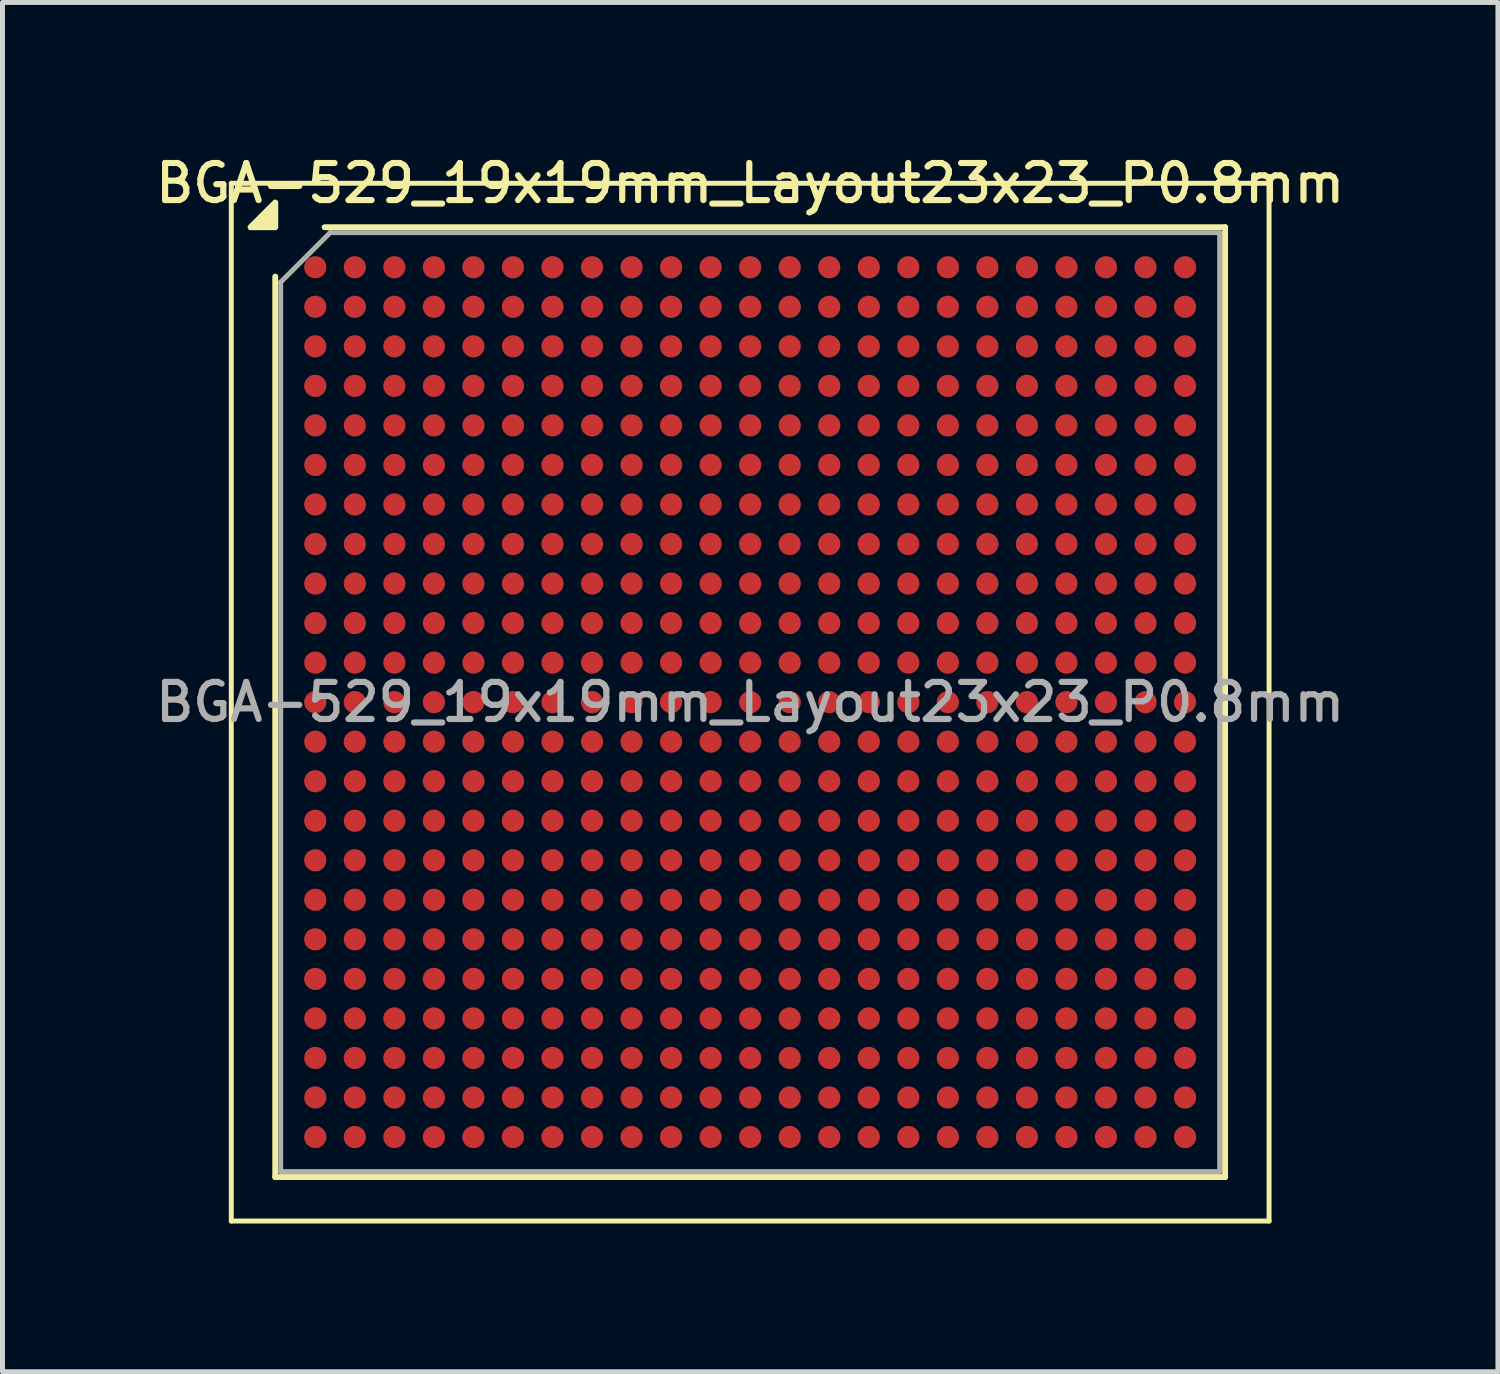
<source format=kicad_pcb>
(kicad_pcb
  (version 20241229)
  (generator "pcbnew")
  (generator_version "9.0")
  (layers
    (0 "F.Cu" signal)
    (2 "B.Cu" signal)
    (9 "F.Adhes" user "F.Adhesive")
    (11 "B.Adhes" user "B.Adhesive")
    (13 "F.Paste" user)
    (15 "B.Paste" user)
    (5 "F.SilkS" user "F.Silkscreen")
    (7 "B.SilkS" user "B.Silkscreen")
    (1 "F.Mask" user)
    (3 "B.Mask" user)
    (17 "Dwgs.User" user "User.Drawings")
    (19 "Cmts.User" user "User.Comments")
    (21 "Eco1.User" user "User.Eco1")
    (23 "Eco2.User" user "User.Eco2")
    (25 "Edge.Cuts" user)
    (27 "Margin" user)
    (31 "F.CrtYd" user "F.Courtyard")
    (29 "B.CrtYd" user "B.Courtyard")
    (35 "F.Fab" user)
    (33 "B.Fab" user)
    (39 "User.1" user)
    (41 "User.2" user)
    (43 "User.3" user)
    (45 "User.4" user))
  (footprint "BGA-529_19x19mm_Layout23x23_P0.8mm"
    (layer "F.Cu")
    (at 12.13 11.158)
    (property "Reference" "BGA-529_19x19mm_Layout23x23_P0.8mm" (at 0 -10.5 0) (layer "F.SilkS") (effects (font (size 0.75 0.75) (thickness 0.125))))
    (attr smd)
    (fp_line (start -10.5 -10.5) (end -10.5 10.5) (stroke (width 0.1) (type solid)) (layer "F.SilkS"))
    (fp_line (start -10.5 10.5) (end 10.5 10.5) (stroke (width 0.1) (type solid)) (layer "F.SilkS"))
    (fp_line (start -9.61 9.61) (end -9.61 -8.61) (stroke (width 0.12) (type solid)) (layer "F.SilkS"))
    (fp_line (start -8.61 -9.61) (end 9.61 -9.61) (stroke (width 0.12) (type solid)) (layer "F.SilkS"))
    (fp_line (start 9.61 -9.61) (end 9.61 9.61) (stroke (width 0.12) (type solid)) (layer "F.SilkS"))
    (fp_line (start 9.61 9.61) (end -9.61 9.61) (stroke (width 0.12) (type solid)) (layer "F.SilkS"))
    (fp_line (start 10.5 -10.5) (end -10.5 -10.5) (stroke (width 0.1) (type solid)) (layer "F.SilkS"))
    (fp_line (start 10.5 10.5) (end 10.5 -10.5) (stroke (width 0.1) (type solid)) (layer "F.SilkS"))
    (fp_poly (pts (xy -9.61 -9.61) (xy -10.11 -9.61) (xy -9.61 -10.11) (xy -9.61 -9.61)) (stroke (width 0.12) (type solid)) (fill yes) (layer "F.SilkS"))
    (fp_line (start -9.5 -8.5) (end -8.5 -9.5) (stroke (width 0.1) (type solid)) (layer "F.Fab"))
    (fp_line (start -9.5 9.5) (end -9.5 -8.5) (stroke (width 0.1) (type solid)) (layer "F.Fab"))
    (fp_line (start -8.5 -9.5) (end 9.5 -9.5) (stroke (width 0.1) (type solid)) (layer "F.Fab"))
    (fp_line (start 9.5 -9.5) (end 9.5 9.5) (stroke (width 0.1) (type solid)) (layer "F.Fab"))
    (fp_line (start 9.5 9.5) (end -9.5 9.5) (stroke (width 0.1) (type solid)) (layer "F.Fab"))
    (fp_text user "${REFERENCE}" (at 0 0 0) (layer "F.Fab") (effects (font (size 0.75 0.75) (thickness 0.125))))
    (pad "A1" smd circle (at -8.8 -8.8) (size 0.45 0.45) (property pad_prop_bga) (layers "F.Cu" "F.Mask" "F.Paste"))
    (pad "A2" smd circle (at -8 -8.8) (size 0.45 0.45) (property pad_prop_bga) (layers "F.Cu" "F.Mask" "F.Paste"))
    (pad "A3" smd circle (at -7.2 -8.8) (size 0.45 0.45) (property pad_prop_bga) (layers "F.Cu" "F.Mask" "F.Paste"))
    (pad "A4" smd circle (at -6.4 -8.8) (size 0.45 0.45) (property pad_prop_bga) (layers "F.Cu" "F.Mask" "F.Paste"))
    (pad "A5" smd circle (at -5.6 -8.8) (size 0.45 0.45) (property pad_prop_bga) (layers "F.Cu" "F.Mask" "F.Paste"))
    (pad "A6" smd circle (at -4.8 -8.8) (size 0.45 0.45) (property pad_prop_bga) (layers "F.Cu" "F.Mask" "F.Paste"))
    (pad "A7" smd circle (at -4 -8.8) (size 0.45 0.45) (property pad_prop_bga) (layers "F.Cu" "F.Mask" "F.Paste"))
    (pad "A8" smd circle (at -3.2 -8.8) (size 0.45 0.45) (property pad_prop_bga) (layers "F.Cu" "F.Mask" "F.Paste"))
    (pad "A9" smd circle (at -2.4 -8.8) (size 0.45 0.45) (property pad_prop_bga) (layers "F.Cu" "F.Mask" "F.Paste"))
    (pad "A10" smd circle (at -1.6 -8.8) (size 0.45 0.45) (property pad_prop_bga) (layers "F.Cu" "F.Mask" "F.Paste"))
    (pad "A11" smd circle (at -0.8 -8.8) (size 0.45 0.45) (property pad_prop_bga) (layers "F.Cu" "F.Mask" "F.Paste"))
    (pad "A12" smd circle (at 0 -8.8) (size 0.45 0.45) (property pad_prop_bga) (layers "F.Cu" "F.Mask" "F.Paste"))
    (pad "A13" smd circle (at 0.8 -8.8) (size 0.45 0.45) (property pad_prop_bga) (layers "F.Cu" "F.Mask" "F.Paste"))
    (pad "A14" smd circle (at 1.6 -8.8) (size 0.45 0.45) (property pad_prop_bga) (layers "F.Cu" "F.Mask" "F.Paste"))
    (pad "A15" smd circle (at 2.4 -8.8) (size 0.45 0.45) (property pad_prop_bga) (layers "F.Cu" "F.Mask" "F.Paste"))
    (pad "A16" smd circle (at 3.2 -8.8) (size 0.45 0.45) (property pad_prop_bga) (layers "F.Cu" "F.Mask" "F.Paste"))
    (pad "A17" smd circle (at 4 -8.8) (size 0.45 0.45) (property pad_prop_bga) (layers "F.Cu" "F.Mask" "F.Paste"))
    (pad "A18" smd circle (at 4.8 -8.8) (size 0.45 0.45) (property pad_prop_bga) (layers "F.Cu" "F.Mask" "F.Paste"))
    (pad "A19" smd circle (at 5.6 -8.8) (size 0.45 0.45) (property pad_prop_bga) (layers "F.Cu" "F.Mask" "F.Paste"))
    (pad "A20" smd circle (at 6.4 -8.8) (size 0.45 0.45) (property pad_prop_bga) (layers "F.Cu" "F.Mask" "F.Paste"))
    (pad "A21" smd circle (at 7.2 -8.8) (size 0.45 0.45) (property pad_prop_bga) (layers "F.Cu" "F.Mask" "F.Paste"))
    (pad "A22" smd circle (at 8 -8.8) (size 0.45 0.45) (property pad_prop_bga) (layers "F.Cu" "F.Mask" "F.Paste"))
    (pad "A23" smd circle (at 8.8 -8.8) (size 0.45 0.45) (property pad_prop_bga) (layers "F.Cu" "F.Mask" "F.Paste"))
    (pad "AA1" smd circle (at -8.8 7.2) (size 0.45 0.45) (property pad_prop_bga) (layers "F.Cu" "F.Mask" "F.Paste"))
    (pad "AA2" smd circle (at -8 7.2) (size 0.45 0.45) (property pad_prop_bga) (layers "F.Cu" "F.Mask" "F.Paste"))
    (pad "AA3" smd circle (at -7.2 7.2) (size 0.45 0.45) (property pad_prop_bga) (layers "F.Cu" "F.Mask" "F.Paste"))
    (pad "AA4" smd circle (at -6.4 7.2) (size 0.45 0.45) (property pad_prop_bga) (layers "F.Cu" "F.Mask" "F.Paste"))
    (pad "AA5" smd circle (at -5.6 7.2) (size 0.45 0.45) (property pad_prop_bga) (layers "F.Cu" "F.Mask" "F.Paste"))
    (pad "AA6" smd circle (at -4.8 7.2) (size 0.45 0.45) (property pad_prop_bga) (layers "F.Cu" "F.Mask" "F.Paste"))
    (pad "AA7" smd circle (at -4 7.2) (size 0.45 0.45) (property pad_prop_bga) (layers "F.Cu" "F.Mask" "F.Paste"))
    (pad "AA8" smd circle (at -3.2 7.2) (size 0.45 0.45) (property pad_prop_bga) (layers "F.Cu" "F.Mask" "F.Paste"))
    (pad "AA9" smd circle (at -2.4 7.2) (size 0.45 0.45) (property pad_prop_bga) (layers "F.Cu" "F.Mask" "F.Paste"))
    (pad "AA10" smd circle (at -1.6 7.2) (size 0.45 0.45) (property pad_prop_bga) (layers "F.Cu" "F.Mask" "F.Paste"))
    (pad "AA11" smd circle (at -0.8 7.2) (size 0.45 0.45) (property pad_prop_bga) (layers "F.Cu" "F.Mask" "F.Paste"))
    (pad "AA12" smd circle (at 0 7.2) (size 0.45 0.45) (property pad_prop_bga) (layers "F.Cu" "F.Mask" "F.Paste"))
    (pad "AA13" smd circle (at 0.8 7.2) (size 0.45 0.45) (property pad_prop_bga) (layers "F.Cu" "F.Mask" "F.Paste"))
    (pad "AA14" smd circle (at 1.6 7.2) (size 0.45 0.45) (property pad_prop_bga) (layers "F.Cu" "F.Mask" "F.Paste"))
    (pad "AA15" smd circle (at 2.4 7.2) (size 0.45 0.45) (property pad_prop_bga) (layers "F.Cu" "F.Mask" "F.Paste"))
    (pad "AA16" smd circle (at 3.2 7.2) (size 0.45 0.45) (property pad_prop_bga) (layers "F.Cu" "F.Mask" "F.Paste"))
    (pad "AA17" smd circle (at 4 7.2) (size 0.45 0.45) (property pad_prop_bga) (layers "F.Cu" "F.Mask" "F.Paste"))
    (pad "AA18" smd circle (at 4.8 7.2) (size 0.45 0.45) (property pad_prop_bga) (layers "F.Cu" "F.Mask" "F.Paste"))
    (pad "AA19" smd circle (at 5.6 7.2) (size 0.45 0.45) (property pad_prop_bga) (layers "F.Cu" "F.Mask" "F.Paste"))
    (pad "AA20" smd circle (at 6.4 7.2) (size 0.45 0.45) (property pad_prop_bga) (layers "F.Cu" "F.Mask" "F.Paste"))
    (pad "AA21" smd circle (at 7.2 7.2) (size 0.45 0.45) (property pad_prop_bga) (layers "F.Cu" "F.Mask" "F.Paste"))
    (pad "AA22" smd circle (at 8 7.2) (size 0.45 0.45) (property pad_prop_bga) (layers "F.Cu" "F.Mask" "F.Paste"))
    (pad "AA23" smd circle (at 8.8 7.2) (size 0.45 0.45) (property pad_prop_bga) (layers "F.Cu" "F.Mask" "F.Paste"))
    (pad "AB1" smd circle (at -8.8 8) (size 0.45 0.45) (property pad_prop_bga) (layers "F.Cu" "F.Mask" "F.Paste"))
    (pad "AB2" smd circle (at -8 8) (size 0.45 0.45) (property pad_prop_bga) (layers "F.Cu" "F.Mask" "F.Paste"))
    (pad "AB3" smd circle (at -7.2 8) (size 0.45 0.45) (property pad_prop_bga) (layers "F.Cu" "F.Mask" "F.Paste"))
    (pad "AB4" smd circle (at -6.4 8) (size 0.45 0.45) (property pad_prop_bga) (layers "F.Cu" "F.Mask" "F.Paste"))
    (pad "AB5" smd circle (at -5.6 8) (size 0.45 0.45) (property pad_prop_bga) (layers "F.Cu" "F.Mask" "F.Paste"))
    (pad "AB6" smd circle (at -4.8 8) (size 0.45 0.45) (property pad_prop_bga) (layers "F.Cu" "F.Mask" "F.Paste"))
    (pad "AB7" smd circle (at -4 8) (size 0.45 0.45) (property pad_prop_bga) (layers "F.Cu" "F.Mask" "F.Paste"))
    (pad "AB8" smd circle (at -3.2 8) (size 0.45 0.45) (property pad_prop_bga) (layers "F.Cu" "F.Mask" "F.Paste"))
    (pad "AB9" smd circle (at -2.4 8) (size 0.45 0.45) (property pad_prop_bga) (layers "F.Cu" "F.Mask" "F.Paste"))
    (pad "AB10" smd circle (at -1.6 8) (size 0.45 0.45) (property pad_prop_bga) (layers "F.Cu" "F.Mask" "F.Paste"))
    (pad "AB11" smd circle (at -0.8 8) (size 0.45 0.45) (property pad_prop_bga) (layers "F.Cu" "F.Mask" "F.Paste"))
    (pad "AB12" smd circle (at 0 8) (size 0.45 0.45) (property pad_prop_bga) (layers "F.Cu" "F.Mask" "F.Paste"))
    (pad "AB13" smd circle (at 0.8 8) (size 0.45 0.45) (property pad_prop_bga) (layers "F.Cu" "F.Mask" "F.Paste"))
    (pad "AB14" smd circle (at 1.6 8) (size 0.45 0.45) (property pad_prop_bga) (layers "F.Cu" "F.Mask" "F.Paste"))
    (pad "AB15" smd circle (at 2.4 8) (size 0.45 0.45) (property pad_prop_bga) (layers "F.Cu" "F.Mask" "F.Paste"))
    (pad "AB16" smd circle (at 3.2 8) (size 0.45 0.45) (property pad_prop_bga) (layers "F.Cu" "F.Mask" "F.Paste"))
    (pad "AB17" smd circle (at 4 8) (size 0.45 0.45) (property pad_prop_bga) (layers "F.Cu" "F.Mask" "F.Paste"))
    (pad "AB18" smd circle (at 4.8 8) (size 0.45 0.45) (property pad_prop_bga) (layers "F.Cu" "F.Mask" "F.Paste"))
    (pad "AB19" smd circle (at 5.6 8) (size 0.45 0.45) (property pad_prop_bga) (layers "F.Cu" "F.Mask" "F.Paste"))
    (pad "AB20" smd circle (at 6.4 8) (size 0.45 0.45) (property pad_prop_bga) (layers "F.Cu" "F.Mask" "F.Paste"))
    (pad "AB21" smd circle (at 7.2 8) (size 0.45 0.45) (property pad_prop_bga) (layers "F.Cu" "F.Mask" "F.Paste"))
    (pad "AB22" smd circle (at 8 8) (size 0.45 0.45) (property pad_prop_bga) (layers "F.Cu" "F.Mask" "F.Paste"))
    (pad "AB23" smd circle (at 8.8 8) (size 0.45 0.45) (property pad_prop_bga) (layers "F.Cu" "F.Mask" "F.Paste"))
    (pad "AC1" smd circle (at -8.8 8.8) (size 0.45 0.45) (property pad_prop_bga) (layers "F.Cu" "F.Mask" "F.Paste"))
    (pad "AC2" smd circle (at -8 8.8) (size 0.45 0.45) (property pad_prop_bga) (layers "F.Cu" "F.Mask" "F.Paste"))
    (pad "AC3" smd circle (at -7.2 8.8) (size 0.45 0.45) (property pad_prop_bga) (layers "F.Cu" "F.Mask" "F.Paste"))
    (pad "AC4" smd circle (at -6.4 8.8) (size 0.45 0.45) (property pad_prop_bga) (layers "F.Cu" "F.Mask" "F.Paste"))
    (pad "AC5" smd circle (at -5.6 8.8) (size 0.45 0.45) (property pad_prop_bga) (layers "F.Cu" "F.Mask" "F.Paste"))
    (pad "AC6" smd circle (at -4.8 8.8) (size 0.45 0.45) (property pad_prop_bga) (layers "F.Cu" "F.Mask" "F.Paste"))
    (pad "AC7" smd circle (at -4 8.8) (size 0.45 0.45) (property pad_prop_bga) (layers "F.Cu" "F.Mask" "F.Paste"))
    (pad "AC8" smd circle (at -3.2 8.8) (size 0.45 0.45) (property pad_prop_bga) (layers "F.Cu" "F.Mask" "F.Paste"))
    (pad "AC9" smd circle (at -2.4 8.8) (size 0.45 0.45) (property pad_prop_bga) (layers "F.Cu" "F.Mask" "F.Paste"))
    (pad "AC10" smd circle (at -1.6 8.8) (size 0.45 0.45) (property pad_prop_bga) (layers "F.Cu" "F.Mask" "F.Paste"))
    (pad "AC11" smd circle (at -0.8 8.8) (size 0.45 0.45) (property pad_prop_bga) (layers "F.Cu" "F.Mask" "F.Paste"))
    (pad "AC12" smd circle (at 0 8.8) (size 0.45 0.45) (property pad_prop_bga) (layers "F.Cu" "F.Mask" "F.Paste"))
    (pad "AC13" smd circle (at 0.8 8.8) (size 0.45 0.45) (property pad_prop_bga) (layers "F.Cu" "F.Mask" "F.Paste"))
    (pad "AC14" smd circle (at 1.6 8.8) (size 0.45 0.45) (property pad_prop_bga) (layers "F.Cu" "F.Mask" "F.Paste"))
    (pad "AC15" smd circle (at 2.4 8.8) (size 0.45 0.45) (property pad_prop_bga) (layers "F.Cu" "F.Mask" "F.Paste"))
    (pad "AC16" smd circle (at 3.2 8.8) (size 0.45 0.45) (property pad_prop_bga) (layers "F.Cu" "F.Mask" "F.Paste"))
    (pad "AC17" smd circle (at 4 8.8) (size 0.45 0.45) (property pad_prop_bga) (layers "F.Cu" "F.Mask" "F.Paste"))
    (pad "AC18" smd circle (at 4.8 8.8) (size 0.45 0.45) (property pad_prop_bga) (layers "F.Cu" "F.Mask" "F.Paste"))
    (pad "AC19" smd circle (at 5.6 8.8) (size 0.45 0.45) (property pad_prop_bga) (layers "F.Cu" "F.Mask" "F.Paste"))
    (pad "AC20" smd circle (at 6.4 8.8) (size 0.45 0.45) (property pad_prop_bga) (layers "F.Cu" "F.Mask" "F.Paste"))
    (pad "AC21" smd circle (at 7.2 8.8) (size 0.45 0.45) (property pad_prop_bga) (layers "F.Cu" "F.Mask" "F.Paste"))
    (pad "AC22" smd circle (at 8 8.8) (size 0.45 0.45) (property pad_prop_bga) (layers "F.Cu" "F.Mask" "F.Paste"))
    (pad "AC23" smd circle (at 8.8 8.8) (size 0.45 0.45) (property pad_prop_bga) (layers "F.Cu" "F.Mask" "F.Paste"))
    (pad "B1" smd circle (at -8.8 -8) (size 0.45 0.45) (property pad_prop_bga) (layers "F.Cu" "F.Mask" "F.Paste"))
    (pad "B2" smd circle (at -8 -8) (size 0.45 0.45) (property pad_prop_bga) (layers "F.Cu" "F.Mask" "F.Paste"))
    (pad "B3" smd circle (at -7.2 -8) (size 0.45 0.45) (property pad_prop_bga) (layers "F.Cu" "F.Mask" "F.Paste"))
    (pad "B4" smd circle (at -6.4 -8) (size 0.45 0.45) (property pad_prop_bga) (layers "F.Cu" "F.Mask" "F.Paste"))
    (pad "B5" smd circle (at -5.6 -8) (size 0.45 0.45) (property pad_prop_bga) (layers "F.Cu" "F.Mask" "F.Paste"))
    (pad "B6" smd circle (at -4.8 -8) (size 0.45 0.45) (property pad_prop_bga) (layers "F.Cu" "F.Mask" "F.Paste"))
    (pad "B7" smd circle (at -4 -8) (size 0.45 0.45) (property pad_prop_bga) (layers "F.Cu" "F.Mask" "F.Paste"))
    (pad "B8" smd circle (at -3.2 -8) (size 0.45 0.45) (property pad_prop_bga) (layers "F.Cu" "F.Mask" "F.Paste"))
    (pad "B9" smd circle (at -2.4 -8) (size 0.45 0.45) (property pad_prop_bga) (layers "F.Cu" "F.Mask" "F.Paste"))
    (pad "B10" smd circle (at -1.6 -8) (size 0.45 0.45) (property pad_prop_bga) (layers "F.Cu" "F.Mask" "F.Paste"))
    (pad "B11" smd circle (at -0.8 -8) (size 0.45 0.45) (property pad_prop_bga) (layers "F.Cu" "F.Mask" "F.Paste"))
    (pad "B12" smd circle (at 0 -8) (size 0.45 0.45) (property pad_prop_bga) (layers "F.Cu" "F.Mask" "F.Paste"))
    (pad "B13" smd circle (at 0.8 -8) (size 0.45 0.45) (property pad_prop_bga) (layers "F.Cu" "F.Mask" "F.Paste"))
    (pad "B14" smd circle (at 1.6 -8) (size 0.45 0.45) (property pad_prop_bga) (layers "F.Cu" "F.Mask" "F.Paste"))
    (pad "B15" smd circle (at 2.4 -8) (size 0.45 0.45) (property pad_prop_bga) (layers "F.Cu" "F.Mask" "F.Paste"))
    (pad "B16" smd circle (at 3.2 -8) (size 0.45 0.45) (property pad_prop_bga) (layers "F.Cu" "F.Mask" "F.Paste"))
    (pad "B17" smd circle (at 4 -8) (size 0.45 0.45) (property pad_prop_bga) (layers "F.Cu" "F.Mask" "F.Paste"))
    (pad "B18" smd circle (at 4.8 -8) (size 0.45 0.45) (property pad_prop_bga) (layers "F.Cu" "F.Mask" "F.Paste"))
    (pad "B19" smd circle (at 5.6 -8) (size 0.45 0.45) (property pad_prop_bga) (layers "F.Cu" "F.Mask" "F.Paste"))
    (pad "B20" smd circle (at 6.4 -8) (size 0.45 0.45) (property pad_prop_bga) (layers "F.Cu" "F.Mask" "F.Paste"))
    (pad "B21" smd circle (at 7.2 -8) (size 0.45 0.45) (property pad_prop_bga) (layers "F.Cu" "F.Mask" "F.Paste"))
    (pad "B22" smd circle (at 8 -8) (size 0.45 0.45) (property pad_prop_bga) (layers "F.Cu" "F.Mask" "F.Paste"))
    (pad "B23" smd circle (at 8.8 -8) (size 0.45 0.45) (property pad_prop_bga) (layers "F.Cu" "F.Mask" "F.Paste"))
    (pad "C1" smd circle (at -8.8 -7.2) (size 0.45 0.45) (property pad_prop_bga) (layers "F.Cu" "F.Mask" "F.Paste"))
    (pad "C2" smd circle (at -8 -7.2) (size 0.45 0.45) (property pad_prop_bga) (layers "F.Cu" "F.Mask" "F.Paste"))
    (pad "C3" smd circle (at -7.2 -7.2) (size 0.45 0.45) (property pad_prop_bga) (layers "F.Cu" "F.Mask" "F.Paste"))
    (pad "C4" smd circle (at -6.4 -7.2) (size 0.45 0.45) (property pad_prop_bga) (layers "F.Cu" "F.Mask" "F.Paste"))
    (pad "C5" smd circle (at -5.6 -7.2) (size 0.45 0.45) (property pad_prop_bga) (layers "F.Cu" "F.Mask" "F.Paste"))
    (pad "C6" smd circle (at -4.8 -7.2) (size 0.45 0.45) (property pad_prop_bga) (layers "F.Cu" "F.Mask" "F.Paste"))
    (pad "C7" smd circle (at -4 -7.2) (size 0.45 0.45) (property pad_prop_bga) (layers "F.Cu" "F.Mask" "F.Paste"))
    (pad "C8" smd circle (at -3.2 -7.2) (size 0.45 0.45) (property pad_prop_bga) (layers "F.Cu" "F.Mask" "F.Paste"))
    (pad "C9" smd circle (at -2.4 -7.2) (size 0.45 0.45) (property pad_prop_bga) (layers "F.Cu" "F.Mask" "F.Paste"))
    (pad "C10" smd circle (at -1.6 -7.2) (size 0.45 0.45) (property pad_prop_bga) (layers "F.Cu" "F.Mask" "F.Paste"))
    (pad "C11" smd circle (at -0.8 -7.2) (size 0.45 0.45) (property pad_prop_bga) (layers "F.Cu" "F.Mask" "F.Paste"))
    (pad "C12" smd circle (at 0 -7.2) (size 0.45 0.45) (property pad_prop_bga) (layers "F.Cu" "F.Mask" "F.Paste"))
    (pad "C13" smd circle (at 0.8 -7.2) (size 0.45 0.45) (property pad_prop_bga) (layers "F.Cu" "F.Mask" "F.Paste"))
    (pad "C14" smd circle (at 1.6 -7.2) (size 0.45 0.45) (property pad_prop_bga) (layers "F.Cu" "F.Mask" "F.Paste"))
    (pad "C15" smd circle (at 2.4 -7.2) (size 0.45 0.45) (property pad_prop_bga) (layers "F.Cu" "F.Mask" "F.Paste"))
    (pad "C16" smd circle (at 3.2 -7.2) (size 0.45 0.45) (property pad_prop_bga) (layers "F.Cu" "F.Mask" "F.Paste"))
    (pad "C17" smd circle (at 4 -7.2) (size 0.45 0.45) (property pad_prop_bga) (layers "F.Cu" "F.Mask" "F.Paste"))
    (pad "C18" smd circle (at 4.8 -7.2) (size 0.45 0.45) (property pad_prop_bga) (layers "F.Cu" "F.Mask" "F.Paste"))
    (pad "C19" smd circle (at 5.6 -7.2) (size 0.45 0.45) (property pad_prop_bga) (layers "F.Cu" "F.Mask" "F.Paste"))
    (pad "C20" smd circle (at 6.4 -7.2) (size 0.45 0.45) (property pad_prop_bga) (layers "F.Cu" "F.Mask" "F.Paste"))
    (pad "C21" smd circle (at 7.2 -7.2) (size 0.45 0.45) (property pad_prop_bga) (layers "F.Cu" "F.Mask" "F.Paste"))
    (pad "C22" smd circle (at 8 -7.2) (size 0.45 0.45) (property pad_prop_bga) (layers "F.Cu" "F.Mask" "F.Paste"))
    (pad "C23" smd circle (at 8.8 -7.2) (size 0.45 0.45) (property pad_prop_bga) (layers "F.Cu" "F.Mask" "F.Paste"))
    (pad "D1" smd circle (at -8.8 -6.4) (size 0.45 0.45) (property pad_prop_bga) (layers "F.Cu" "F.Mask" "F.Paste"))
    (pad "D2" smd circle (at -8 -6.4) (size 0.45 0.45) (property pad_prop_bga) (layers "F.Cu" "F.Mask" "F.Paste"))
    (pad "D3" smd circle (at -7.2 -6.4) (size 0.45 0.45) (property pad_prop_bga) (layers "F.Cu" "F.Mask" "F.Paste"))
    (pad "D4" smd circle (at -6.4 -6.4) (size 0.45 0.45) (property pad_prop_bga) (layers "F.Cu" "F.Mask" "F.Paste"))
    (pad "D5" smd circle (at -5.6 -6.4) (size 0.45 0.45) (property pad_prop_bga) (layers "F.Cu" "F.Mask" "F.Paste"))
    (pad "D6" smd circle (at -4.8 -6.4) (size 0.45 0.45) (property pad_prop_bga) (layers "F.Cu" "F.Mask" "F.Paste"))
    (pad "D7" smd circle (at -4 -6.4) (size 0.45 0.45) (property pad_prop_bga) (layers "F.Cu" "F.Mask" "F.Paste"))
    (pad "D8" smd circle (at -3.2 -6.4) (size 0.45 0.45) (property pad_prop_bga) (layers "F.Cu" "F.Mask" "F.Paste"))
    (pad "D9" smd circle (at -2.4 -6.4) (size 0.45 0.45) (property pad_prop_bga) (layers "F.Cu" "F.Mask" "F.Paste"))
    (pad "D10" smd circle (at -1.6 -6.4) (size 0.45 0.45) (property pad_prop_bga) (layers "F.Cu" "F.Mask" "F.Paste"))
    (pad "D11" smd circle (at -0.8 -6.4) (size 0.45 0.45) (property pad_prop_bga) (layers "F.Cu" "F.Mask" "F.Paste"))
    (pad "D12" smd circle (at 0 -6.4) (size 0.45 0.45) (property pad_prop_bga) (layers "F.Cu" "F.Mask" "F.Paste"))
    (pad "D13" smd circle (at 0.8 -6.4) (size 0.45 0.45) (property pad_prop_bga) (layers "F.Cu" "F.Mask" "F.Paste"))
    (pad "D14" smd circle (at 1.6 -6.4) (size 0.45 0.45) (property pad_prop_bga) (layers "F.Cu" "F.Mask" "F.Paste"))
    (pad "D15" smd circle (at 2.4 -6.4) (size 0.45 0.45) (property pad_prop_bga) (layers "F.Cu" "F.Mask" "F.Paste"))
    (pad "D16" smd circle (at 3.2 -6.4) (size 0.45 0.45) (property pad_prop_bga) (layers "F.Cu" "F.Mask" "F.Paste"))
    (pad "D17" smd circle (at 4 -6.4) (size 0.45 0.45) (property pad_prop_bga) (layers "F.Cu" "F.Mask" "F.Paste"))
    (pad "D18" smd circle (at 4.8 -6.4) (size 0.45 0.45) (property pad_prop_bga) (layers "F.Cu" "F.Mask" "F.Paste"))
    (pad "D19" smd circle (at 5.6 -6.4) (size 0.45 0.45) (property pad_prop_bga) (layers "F.Cu" "F.Mask" "F.Paste"))
    (pad "D20" smd circle (at 6.4 -6.4) (size 0.45 0.45) (property pad_prop_bga) (layers "F.Cu" "F.Mask" "F.Paste"))
    (pad "D21" smd circle (at 7.2 -6.4) (size 0.45 0.45) (property pad_prop_bga) (layers "F.Cu" "F.Mask" "F.Paste"))
    (pad "D22" smd circle (at 8 -6.4) (size 0.45 0.45) (property pad_prop_bga) (layers "F.Cu" "F.Mask" "F.Paste"))
    (pad "D23" smd circle (at 8.8 -6.4) (size 0.45 0.45) (property pad_prop_bga) (layers "F.Cu" "F.Mask" "F.Paste"))
    (pad "E1" smd circle (at -8.8 -5.6) (size 0.45 0.45) (property pad_prop_bga) (layers "F.Cu" "F.Mask" "F.Paste"))
    (pad "E2" smd circle (at -8 -5.6) (size 0.45 0.45) (property pad_prop_bga) (layers "F.Cu" "F.Mask" "F.Paste"))
    (pad "E3" smd circle (at -7.2 -5.6) (size 0.45 0.45) (property pad_prop_bga) (layers "F.Cu" "F.Mask" "F.Paste"))
    (pad "E4" smd circle (at -6.4 -5.6) (size 0.45 0.45) (property pad_prop_bga) (layers "F.Cu" "F.Mask" "F.Paste"))
    (pad "E5" smd circle (at -5.6 -5.6) (size 0.45 0.45) (property pad_prop_bga) (layers "F.Cu" "F.Mask" "F.Paste"))
    (pad "E6" smd circle (at -4.8 -5.6) (size 0.45 0.45) (property pad_prop_bga) (layers "F.Cu" "F.Mask" "F.Paste"))
    (pad "E7" smd circle (at -4 -5.6) (size 0.45 0.45) (property pad_prop_bga) (layers "F.Cu" "F.Mask" "F.Paste"))
    (pad "E8" smd circle (at -3.2 -5.6) (size 0.45 0.45) (property pad_prop_bga) (layers "F.Cu" "F.Mask" "F.Paste"))
    (pad "E9" smd circle (at -2.4 -5.6) (size 0.45 0.45) (property pad_prop_bga) (layers "F.Cu" "F.Mask" "F.Paste"))
    (pad "E10" smd circle (at -1.6 -5.6) (size 0.45 0.45) (property pad_prop_bga) (layers "F.Cu" "F.Mask" "F.Paste"))
    (pad "E11" smd circle (at -0.8 -5.6) (size 0.45 0.45) (property pad_prop_bga) (layers "F.Cu" "F.Mask" "F.Paste"))
    (pad "E12" smd circle (at 0 -5.6) (size 0.45 0.45) (property pad_prop_bga) (layers "F.Cu" "F.Mask" "F.Paste"))
    (pad "E13" smd circle (at 0.8 -5.6) (size 0.45 0.45) (property pad_prop_bga) (layers "F.Cu" "F.Mask" "F.Paste"))
    (pad "E14" smd circle (at 1.6 -5.6) (size 0.45 0.45) (property pad_prop_bga) (layers "F.Cu" "F.Mask" "F.Paste"))
    (pad "E15" smd circle (at 2.4 -5.6) (size 0.45 0.45) (property pad_prop_bga) (layers "F.Cu" "F.Mask" "F.Paste"))
    (pad "E16" smd circle (at 3.2 -5.6) (size 0.45 0.45) (property pad_prop_bga) (layers "F.Cu" "F.Mask" "F.Paste"))
    (pad "E17" smd circle (at 4 -5.6) (size 0.45 0.45) (property pad_prop_bga) (layers "F.Cu" "F.Mask" "F.Paste"))
    (pad "E18" smd circle (at 4.8 -5.6) (size 0.45 0.45) (property pad_prop_bga) (layers "F.Cu" "F.Mask" "F.Paste"))
    (pad "E19" smd circle (at 5.6 -5.6) (size 0.45 0.45) (property pad_prop_bga) (layers "F.Cu" "F.Mask" "F.Paste"))
    (pad "E20" smd circle (at 6.4 -5.6) (size 0.45 0.45) (property pad_prop_bga) (layers "F.Cu" "F.Mask" "F.Paste"))
    (pad "E21" smd circle (at 7.2 -5.6) (size 0.45 0.45) (property pad_prop_bga) (layers "F.Cu" "F.Mask" "F.Paste"))
    (pad "E22" smd circle (at 8 -5.6) (size 0.45 0.45) (property pad_prop_bga) (layers "F.Cu" "F.Mask" "F.Paste"))
    (pad "E23" smd circle (at 8.8 -5.6) (size 0.45 0.45) (property pad_prop_bga) (layers "F.Cu" "F.Mask" "F.Paste"))
    (pad "F1" smd circle (at -8.8 -4.8) (size 0.45 0.45) (property pad_prop_bga) (layers "F.Cu" "F.Mask" "F.Paste"))
    (pad "F2" smd circle (at -8 -4.8) (size 0.45 0.45) (property pad_prop_bga) (layers "F.Cu" "F.Mask" "F.Paste"))
    (pad "F3" smd circle (at -7.2 -4.8) (size 0.45 0.45) (property pad_prop_bga) (layers "F.Cu" "F.Mask" "F.Paste"))
    (pad "F4" smd circle (at -6.4 -4.8) (size 0.45 0.45) (property pad_prop_bga) (layers "F.Cu" "F.Mask" "F.Paste"))
    (pad "F5" smd circle (at -5.6 -4.8) (size 0.45 0.45) (property pad_prop_bga) (layers "F.Cu" "F.Mask" "F.Paste"))
    (pad "F6" smd circle (at -4.8 -4.8) (size 0.45 0.45) (property pad_prop_bga) (layers "F.Cu" "F.Mask" "F.Paste"))
    (pad "F7" smd circle (at -4 -4.8) (size 0.45 0.45) (property pad_prop_bga) (layers "F.Cu" "F.Mask" "F.Paste"))
    (pad "F8" smd circle (at -3.2 -4.8) (size 0.45 0.45) (property pad_prop_bga) (layers "F.Cu" "F.Mask" "F.Paste"))
    (pad "F9" smd circle (at -2.4 -4.8) (size 0.45 0.45) (property pad_prop_bga) (layers "F.Cu" "F.Mask" "F.Paste"))
    (pad "F10" smd circle (at -1.6 -4.8) (size 0.45 0.45) (property pad_prop_bga) (layers "F.Cu" "F.Mask" "F.Paste"))
    (pad "F11" smd circle (at -0.8 -4.8) (size 0.45 0.45) (property pad_prop_bga) (layers "F.Cu" "F.Mask" "F.Paste"))
    (pad "F12" smd circle (at 0 -4.8) (size 0.45 0.45) (property pad_prop_bga) (layers "F.Cu" "F.Mask" "F.Paste"))
    (pad "F13" smd circle (at 0.8 -4.8) (size 0.45 0.45) (property pad_prop_bga) (layers "F.Cu" "F.Mask" "F.Paste"))
    (pad "F14" smd circle (at 1.6 -4.8) (size 0.45 0.45) (property pad_prop_bga) (layers "F.Cu" "F.Mask" "F.Paste"))
    (pad "F15" smd circle (at 2.4 -4.8) (size 0.45 0.45) (property pad_prop_bga) (layers "F.Cu" "F.Mask" "F.Paste"))
    (pad "F16" smd circle (at 3.2 -4.8) (size 0.45 0.45) (property pad_prop_bga) (layers "F.Cu" "F.Mask" "F.Paste"))
    (pad "F17" smd circle (at 4 -4.8) (size 0.45 0.45) (property pad_prop_bga) (layers "F.Cu" "F.Mask" "F.Paste"))
    (pad "F18" smd circle (at 4.8 -4.8) (size 0.45 0.45) (property pad_prop_bga) (layers "F.Cu" "F.Mask" "F.Paste"))
    (pad "F19" smd circle (at 5.6 -4.8) (size 0.45 0.45) (property pad_prop_bga) (layers "F.Cu" "F.Mask" "F.Paste"))
    (pad "F20" smd circle (at 6.4 -4.8) (size 0.45 0.45) (property pad_prop_bga) (layers "F.Cu" "F.Mask" "F.Paste"))
    (pad "F21" smd circle (at 7.2 -4.8) (size 0.45 0.45) (property pad_prop_bga) (layers "F.Cu" "F.Mask" "F.Paste"))
    (pad "F22" smd circle (at 8 -4.8) (size 0.45 0.45) (property pad_prop_bga) (layers "F.Cu" "F.Mask" "F.Paste"))
    (pad "F23" smd circle (at 8.8 -4.8) (size 0.45 0.45) (property pad_prop_bga) (layers "F.Cu" "F.Mask" "F.Paste"))
    (pad "G1" smd circle (at -8.8 -4) (size 0.45 0.45) (property pad_prop_bga) (layers "F.Cu" "F.Mask" "F.Paste"))
    (pad "G2" smd circle (at -8 -4) (size 0.45 0.45) (property pad_prop_bga) (layers "F.Cu" "F.Mask" "F.Paste"))
    (pad "G3" smd circle (at -7.2 -4) (size 0.45 0.45) (property pad_prop_bga) (layers "F.Cu" "F.Mask" "F.Paste"))
    (pad "G4" smd circle (at -6.4 -4) (size 0.45 0.45) (property pad_prop_bga) (layers "F.Cu" "F.Mask" "F.Paste"))
    (pad "G5" smd circle (at -5.6 -4) (size 0.45 0.45) (property pad_prop_bga) (layers "F.Cu" "F.Mask" "F.Paste"))
    (pad "G6" smd circle (at -4.8 -4) (size 0.45 0.45) (property pad_prop_bga) (layers "F.Cu" "F.Mask" "F.Paste"))
    (pad "G7" smd circle (at -4 -4) (size 0.45 0.45) (property pad_prop_bga) (layers "F.Cu" "F.Mask" "F.Paste"))
    (pad "G8" smd circle (at -3.2 -4) (size 0.45 0.45) (property pad_prop_bga) (layers "F.Cu" "F.Mask" "F.Paste"))
    (pad "G9" smd circle (at -2.4 -4) (size 0.45 0.45) (property pad_prop_bga) (layers "F.Cu" "F.Mask" "F.Paste"))
    (pad "G10" smd circle (at -1.6 -4) (size 0.45 0.45) (property pad_prop_bga) (layers "F.Cu" "F.Mask" "F.Paste"))
    (pad "G11" smd circle (at -0.8 -4) (size 0.45 0.45) (property pad_prop_bga) (layers "F.Cu" "F.Mask" "F.Paste"))
    (pad "G12" smd circle (at 0 -4) (size 0.45 0.45) (property pad_prop_bga) (layers "F.Cu" "F.Mask" "F.Paste"))
    (pad "G13" smd circle (at 0.8 -4) (size 0.45 0.45) (property pad_prop_bga) (layers "F.Cu" "F.Mask" "F.Paste"))
    (pad "G14" smd circle (at 1.6 -4) (size 0.45 0.45) (property pad_prop_bga) (layers "F.Cu" "F.Mask" "F.Paste"))
    (pad "G15" smd circle (at 2.4 -4) (size 0.45 0.45) (property pad_prop_bga) (layers "F.Cu" "F.Mask" "F.Paste"))
    (pad "G16" smd circle (at 3.2 -4) (size 0.45 0.45) (property pad_prop_bga) (layers "F.Cu" "F.Mask" "F.Paste"))
    (pad "G17" smd circle (at 4 -4) (size 0.45 0.45) (property pad_prop_bga) (layers "F.Cu" "F.Mask" "F.Paste"))
    (pad "G18" smd circle (at 4.8 -4) (size 0.45 0.45) (property pad_prop_bga) (layers "F.Cu" "F.Mask" "F.Paste"))
    (pad "G19" smd circle (at 5.6 -4) (size 0.45 0.45) (property pad_prop_bga) (layers "F.Cu" "F.Mask" "F.Paste"))
    (pad "G20" smd circle (at 6.4 -4) (size 0.45 0.45) (property pad_prop_bga) (layers "F.Cu" "F.Mask" "F.Paste"))
    (pad "G21" smd circle (at 7.2 -4) (size 0.45 0.45) (property pad_prop_bga) (layers "F.Cu" "F.Mask" "F.Paste"))
    (pad "G22" smd circle (at 8 -4) (size 0.45 0.45) (property pad_prop_bga) (layers "F.Cu" "F.Mask" "F.Paste"))
    (pad "G23" smd circle (at 8.8 -4) (size 0.45 0.45) (property pad_prop_bga) (layers "F.Cu" "F.Mask" "F.Paste"))
    (pad "H1" smd circle (at -8.8 -3.2) (size 0.45 0.45) (property pad_prop_bga) (layers "F.Cu" "F.Mask" "F.Paste"))
    (pad "H2" smd circle (at -8 -3.2) (size 0.45 0.45) (property pad_prop_bga) (layers "F.Cu" "F.Mask" "F.Paste"))
    (pad "H3" smd circle (at -7.2 -3.2) (size 0.45 0.45) (property pad_prop_bga) (layers "F.Cu" "F.Mask" "F.Paste"))
    (pad "H4" smd circle (at -6.4 -3.2) (size 0.45 0.45) (property pad_prop_bga) (layers "F.Cu" "F.Mask" "F.Paste"))
    (pad "H5" smd circle (at -5.6 -3.2) (size 0.45 0.45) (property pad_prop_bga) (layers "F.Cu" "F.Mask" "F.Paste"))
    (pad "H6" smd circle (at -4.8 -3.2) (size 0.45 0.45) (property pad_prop_bga) (layers "F.Cu" "F.Mask" "F.Paste"))
    (pad "H7" smd circle (at -4 -3.2) (size 0.45 0.45) (property pad_prop_bga) (layers "F.Cu" "F.Mask" "F.Paste"))
    (pad "H8" smd circle (at -3.2 -3.2) (size 0.45 0.45) (property pad_prop_bga) (layers "F.Cu" "F.Mask" "F.Paste"))
    (pad "H9" smd circle (at -2.4 -3.2) (size 0.45 0.45) (property pad_prop_bga) (layers "F.Cu" "F.Mask" "F.Paste"))
    (pad "H10" smd circle (at -1.6 -3.2) (size 0.45 0.45) (property pad_prop_bga) (layers "F.Cu" "F.Mask" "F.Paste"))
    (pad "H11" smd circle (at -0.8 -3.2) (size 0.45 0.45) (property pad_prop_bga) (layers "F.Cu" "F.Mask" "F.Paste"))
    (pad "H12" smd circle (at 0 -3.2) (size 0.45 0.45) (property pad_prop_bga) (layers "F.Cu" "F.Mask" "F.Paste"))
    (pad "H13" smd circle (at 0.8 -3.2) (size 0.45 0.45) (property pad_prop_bga) (layers "F.Cu" "F.Mask" "F.Paste"))
    (pad "H14" smd circle (at 1.6 -3.2) (size 0.45 0.45) (property pad_prop_bga) (layers "F.Cu" "F.Mask" "F.Paste"))
    (pad "H15" smd circle (at 2.4 -3.2) (size 0.45 0.45) (property pad_prop_bga) (layers "F.Cu" "F.Mask" "F.Paste"))
    (pad "H16" smd circle (at 3.2 -3.2) (size 0.45 0.45) (property pad_prop_bga) (layers "F.Cu" "F.Mask" "F.Paste"))
    (pad "H17" smd circle (at 4 -3.2) (size 0.45 0.45) (property pad_prop_bga) (layers "F.Cu" "F.Mask" "F.Paste"))
    (pad "H18" smd circle (at 4.8 -3.2) (size 0.45 0.45) (property pad_prop_bga) (layers "F.Cu" "F.Mask" "F.Paste"))
    (pad "H19" smd circle (at 5.6 -3.2) (size 0.45 0.45) (property pad_prop_bga) (layers "F.Cu" "F.Mask" "F.Paste"))
    (pad "H20" smd circle (at 6.4 -3.2) (size 0.45 0.45) (property pad_prop_bga) (layers "F.Cu" "F.Mask" "F.Paste"))
    (pad "H21" smd circle (at 7.2 -3.2) (size 0.45 0.45) (property pad_prop_bga) (layers "F.Cu" "F.Mask" "F.Paste"))
    (pad "H22" smd circle (at 8 -3.2) (size 0.45 0.45) (property pad_prop_bga) (layers "F.Cu" "F.Mask" "F.Paste"))
    (pad "H23" smd circle (at 8.8 -3.2) (size 0.45 0.45) (property pad_prop_bga) (layers "F.Cu" "F.Mask" "F.Paste"))
    (pad "J1" smd circle (at -8.8 -2.4) (size 0.45 0.45) (property pad_prop_bga) (layers "F.Cu" "F.Mask" "F.Paste"))
    (pad "J2" smd circle (at -8 -2.4) (size 0.45 0.45) (property pad_prop_bga) (layers "F.Cu" "F.Mask" "F.Paste"))
    (pad "J3" smd circle (at -7.2 -2.4) (size 0.45 0.45) (property pad_prop_bga) (layers "F.Cu" "F.Mask" "F.Paste"))
    (pad "J4" smd circle (at -6.4 -2.4) (size 0.45 0.45) (property pad_prop_bga) (layers "F.Cu" "F.Mask" "F.Paste"))
    (pad "J5" smd circle (at -5.6 -2.4) (size 0.45 0.45) (property pad_prop_bga) (layers "F.Cu" "F.Mask" "F.Paste"))
    (pad "J6" smd circle (at -4.8 -2.4) (size 0.45 0.45) (property pad_prop_bga) (layers "F.Cu" "F.Mask" "F.Paste"))
    (pad "J7" smd circle (at -4 -2.4) (size 0.45 0.45) (property pad_prop_bga) (layers "F.Cu" "F.Mask" "F.Paste"))
    (pad "J8" smd circle (at -3.2 -2.4) (size 0.45 0.45) (property pad_prop_bga) (layers "F.Cu" "F.Mask" "F.Paste"))
    (pad "J9" smd circle (at -2.4 -2.4) (size 0.45 0.45) (property pad_prop_bga) (layers "F.Cu" "F.Mask" "F.Paste"))
    (pad "J10" smd circle (at -1.6 -2.4) (size 0.45 0.45) (property pad_prop_bga) (layers "F.Cu" "F.Mask" "F.Paste"))
    (pad "J11" smd circle (at -0.8 -2.4) (size 0.45 0.45) (property pad_prop_bga) (layers "F.Cu" "F.Mask" "F.Paste"))
    (pad "J12" smd circle (at 0 -2.4) (size 0.45 0.45) (property pad_prop_bga) (layers "F.Cu" "F.Mask" "F.Paste"))
    (pad "J13" smd circle (at 0.8 -2.4) (size 0.45 0.45) (property pad_prop_bga) (layers "F.Cu" "F.Mask" "F.Paste"))
    (pad "J14" smd circle (at 1.6 -2.4) (size 0.45 0.45) (property pad_prop_bga) (layers "F.Cu" "F.Mask" "F.Paste"))
    (pad "J15" smd circle (at 2.4 -2.4) (size 0.45 0.45) (property pad_prop_bga) (layers "F.Cu" "F.Mask" "F.Paste"))
    (pad "J16" smd circle (at 3.2 -2.4) (size 0.45 0.45) (property pad_prop_bga) (layers "F.Cu" "F.Mask" "F.Paste"))
    (pad "J17" smd circle (at 4 -2.4) (size 0.45 0.45) (property pad_prop_bga) (layers "F.Cu" "F.Mask" "F.Paste"))
    (pad "J18" smd circle (at 4.8 -2.4) (size 0.45 0.45) (property pad_prop_bga) (layers "F.Cu" "F.Mask" "F.Paste"))
    (pad "J19" smd circle (at 5.6 -2.4) (size 0.45 0.45) (property pad_prop_bga) (layers "F.Cu" "F.Mask" "F.Paste"))
    (pad "J20" smd circle (at 6.4 -2.4) (size 0.45 0.45) (property pad_prop_bga) (layers "F.Cu" "F.Mask" "F.Paste"))
    (pad "J21" smd circle (at 7.2 -2.4) (size 0.45 0.45) (property pad_prop_bga) (layers "F.Cu" "F.Mask" "F.Paste"))
    (pad "J22" smd circle (at 8 -2.4) (size 0.45 0.45) (property pad_prop_bga) (layers "F.Cu" "F.Mask" "F.Paste"))
    (pad "J23" smd circle (at 8.8 -2.4) (size 0.45 0.45) (property pad_prop_bga) (layers "F.Cu" "F.Mask" "F.Paste"))
    (pad "K1" smd circle (at -8.8 -1.6) (size 0.45 0.45) (property pad_prop_bga) (layers "F.Cu" "F.Mask" "F.Paste"))
    (pad "K2" smd circle (at -8 -1.6) (size 0.45 0.45) (property pad_prop_bga) (layers "F.Cu" "F.Mask" "F.Paste"))
    (pad "K3" smd circle (at -7.2 -1.6) (size 0.45 0.45) (property pad_prop_bga) (layers "F.Cu" "F.Mask" "F.Paste"))
    (pad "K4" smd circle (at -6.4 -1.6) (size 0.45 0.45) (property pad_prop_bga) (layers "F.Cu" "F.Mask" "F.Paste"))
    (pad "K5" smd circle (at -5.6 -1.6) (size 0.45 0.45) (property pad_prop_bga) (layers "F.Cu" "F.Mask" "F.Paste"))
    (pad "K6" smd circle (at -4.8 -1.6) (size 0.45 0.45) (property pad_prop_bga) (layers "F.Cu" "F.Mask" "F.Paste"))
    (pad "K7" smd circle (at -4 -1.6) (size 0.45 0.45) (property pad_prop_bga) (layers "F.Cu" "F.Mask" "F.Paste"))
    (pad "K8" smd circle (at -3.2 -1.6) (size 0.45 0.45) (property pad_prop_bga) (layers "F.Cu" "F.Mask" "F.Paste"))
    (pad "K9" smd circle (at -2.4 -1.6) (size 0.45 0.45) (property pad_prop_bga) (layers "F.Cu" "F.Mask" "F.Paste"))
    (pad "K10" smd circle (at -1.6 -1.6) (size 0.45 0.45) (property pad_prop_bga) (layers "F.Cu" "F.Mask" "F.Paste"))
    (pad "K11" smd circle (at -0.8 -1.6) (size 0.45 0.45) (property pad_prop_bga) (layers "F.Cu" "F.Mask" "F.Paste"))
    (pad "K12" smd circle (at 0 -1.6) (size 0.45 0.45) (property pad_prop_bga) (layers "F.Cu" "F.Mask" "F.Paste"))
    (pad "K13" smd circle (at 0.8 -1.6) (size 0.45 0.45) (property pad_prop_bga) (layers "F.Cu" "F.Mask" "F.Paste"))
    (pad "K14" smd circle (at 1.6 -1.6) (size 0.45 0.45) (property pad_prop_bga) (layers "F.Cu" "F.Mask" "F.Paste"))
    (pad "K15" smd circle (at 2.4 -1.6) (size 0.45 0.45) (property pad_prop_bga) (layers "F.Cu" "F.Mask" "F.Paste"))
    (pad "K16" smd circle (at 3.2 -1.6) (size 0.45 0.45) (property pad_prop_bga) (layers "F.Cu" "F.Mask" "F.Paste"))
    (pad "K17" smd circle (at 4 -1.6) (size 0.45 0.45) (property pad_prop_bga) (layers "F.Cu" "F.Mask" "F.Paste"))
    (pad "K18" smd circle (at 4.8 -1.6) (size 0.45 0.45) (property pad_prop_bga) (layers "F.Cu" "F.Mask" "F.Paste"))
    (pad "K19" smd circle (at 5.6 -1.6) (size 0.45 0.45) (property pad_prop_bga) (layers "F.Cu" "F.Mask" "F.Paste"))
    (pad "K20" smd circle (at 6.4 -1.6) (size 0.45 0.45) (property pad_prop_bga) (layers "F.Cu" "F.Mask" "F.Paste"))
    (pad "K21" smd circle (at 7.2 -1.6) (size 0.45 0.45) (property pad_prop_bga) (layers "F.Cu" "F.Mask" "F.Paste"))
    (pad "K22" smd circle (at 8 -1.6) (size 0.45 0.45) (property pad_prop_bga) (layers "F.Cu" "F.Mask" "F.Paste"))
    (pad "K23" smd circle (at 8.8 -1.6) (size 0.45 0.45) (property pad_prop_bga) (layers "F.Cu" "F.Mask" "F.Paste"))
    (pad "L1" smd circle (at -8.8 -0.8) (size 0.45 0.45) (property pad_prop_bga) (layers "F.Cu" "F.Mask" "F.Paste"))
    (pad "L2" smd circle (at -8 -0.8) (size 0.45 0.45) (property pad_prop_bga) (layers "F.Cu" "F.Mask" "F.Paste"))
    (pad "L3" smd circle (at -7.2 -0.8) (size 0.45 0.45) (property pad_prop_bga) (layers "F.Cu" "F.Mask" "F.Paste"))
    (pad "L4" smd circle (at -6.4 -0.8) (size 0.45 0.45) (property pad_prop_bga) (layers "F.Cu" "F.Mask" "F.Paste"))
    (pad "L5" smd circle (at -5.6 -0.8) (size 0.45 0.45) (property pad_prop_bga) (layers "F.Cu" "F.Mask" "F.Paste"))
    (pad "L6" smd circle (at -4.8 -0.8) (size 0.45 0.45) (property pad_prop_bga) (layers "F.Cu" "F.Mask" "F.Paste"))
    (pad "L7" smd circle (at -4 -0.8) (size 0.45 0.45) (property pad_prop_bga) (layers "F.Cu" "F.Mask" "F.Paste"))
    (pad "L8" smd circle (at -3.2 -0.8) (size 0.45 0.45) (property pad_prop_bga) (layers "F.Cu" "F.Mask" "F.Paste"))
    (pad "L9" smd circle (at -2.4 -0.8) (size 0.45 0.45) (property pad_prop_bga) (layers "F.Cu" "F.Mask" "F.Paste"))
    (pad "L10" smd circle (at -1.6 -0.8) (size 0.45 0.45) (property pad_prop_bga) (layers "F.Cu" "F.Mask" "F.Paste"))
    (pad "L11" smd circle (at -0.8 -0.8) (size 0.45 0.45) (property pad_prop_bga) (layers "F.Cu" "F.Mask" "F.Paste"))
    (pad "L12" smd circle (at 0 -0.8) (size 0.45 0.45) (property pad_prop_bga) (layers "F.Cu" "F.Mask" "F.Paste"))
    (pad "L13" smd circle (at 0.8 -0.8) (size 0.45 0.45) (property pad_prop_bga) (layers "F.Cu" "F.Mask" "F.Paste"))
    (pad "L14" smd circle (at 1.6 -0.8) (size 0.45 0.45) (property pad_prop_bga) (layers "F.Cu" "F.Mask" "F.Paste"))
    (pad "L15" smd circle (at 2.4 -0.8) (size 0.45 0.45) (property pad_prop_bga) (layers "F.Cu" "F.Mask" "F.Paste"))
    (pad "L16" smd circle (at 3.2 -0.8) (size 0.45 0.45) (property pad_prop_bga) (layers "F.Cu" "F.Mask" "F.Paste"))
    (pad "L17" smd circle (at 4 -0.8) (size 0.45 0.45) (property pad_prop_bga) (layers "F.Cu" "F.Mask" "F.Paste"))
    (pad "L18" smd circle (at 4.8 -0.8) (size 0.45 0.45) (property pad_prop_bga) (layers "F.Cu" "F.Mask" "F.Paste"))
    (pad "L19" smd circle (at 5.6 -0.8) (size 0.45 0.45) (property pad_prop_bga) (layers "F.Cu" "F.Mask" "F.Paste"))
    (pad "L20" smd circle (at 6.4 -0.8) (size 0.45 0.45) (property pad_prop_bga) (layers "F.Cu" "F.Mask" "F.Paste"))
    (pad "L21" smd circle (at 7.2 -0.8) (size 0.45 0.45) (property pad_prop_bga) (layers "F.Cu" "F.Mask" "F.Paste"))
    (pad "L22" smd circle (at 8 -0.8) (size 0.45 0.45) (property pad_prop_bga) (layers "F.Cu" "F.Mask" "F.Paste"))
    (pad "L23" smd circle (at 8.8 -0.8) (size 0.45 0.45) (property pad_prop_bga) (layers "F.Cu" "F.Mask" "F.Paste"))
    (pad "M1" smd circle (at -8.8 0) (size 0.45 0.45) (property pad_prop_bga) (layers "F.Cu" "F.Mask" "F.Paste"))
    (pad "M2" smd circle (at -8 0) (size 0.45 0.45) (property pad_prop_bga) (layers "F.Cu" "F.Mask" "F.Paste"))
    (pad "M3" smd circle (at -7.2 0) (size 0.45 0.45) (property pad_prop_bga) (layers "F.Cu" "F.Mask" "F.Paste"))
    (pad "M4" smd circle (at -6.4 0) (size 0.45 0.45) (property pad_prop_bga) (layers "F.Cu" "F.Mask" "F.Paste"))
    (pad "M5" smd circle (at -5.6 0) (size 0.45 0.45) (property pad_prop_bga) (layers "F.Cu" "F.Mask" "F.Paste"))
    (pad "M6" smd circle (at -4.8 0) (size 0.45 0.45) (property pad_prop_bga) (layers "F.Cu" "F.Mask" "F.Paste"))
    (pad "M7" smd circle (at -4 0) (size 0.45 0.45) (property pad_prop_bga) (layers "F.Cu" "F.Mask" "F.Paste"))
    (pad "M8" smd circle (at -3.2 0) (size 0.45 0.45) (property pad_prop_bga) (layers "F.Cu" "F.Mask" "F.Paste"))
    (pad "M9" smd circle (at -2.4 0) (size 0.45 0.45) (property pad_prop_bga) (layers "F.Cu" "F.Mask" "F.Paste"))
    (pad "M10" smd circle (at -1.6 0) (size 0.45 0.45) (property pad_prop_bga) (layers "F.Cu" "F.Mask" "F.Paste"))
    (pad "M11" smd circle (at -0.8 0) (size 0.45 0.45) (property pad_prop_bga) (layers "F.Cu" "F.Mask" "F.Paste"))
    (pad "M12" smd circle (at 0 0) (size 0.45 0.45) (property pad_prop_bga) (layers "F.Cu" "F.Mask" "F.Paste"))
    (pad "M13" smd circle (at 0.8 0) (size 0.45 0.45) (property pad_prop_bga) (layers "F.Cu" "F.Mask" "F.Paste"))
    (pad "M14" smd circle (at 1.6 0) (size 0.45 0.45) (property pad_prop_bga) (layers "F.Cu" "F.Mask" "F.Paste"))
    (pad "M15" smd circle (at 2.4 0) (size 0.45 0.45) (property pad_prop_bga) (layers "F.Cu" "F.Mask" "F.Paste"))
    (pad "M16" smd circle (at 3.2 0) (size 0.45 0.45) (property pad_prop_bga) (layers "F.Cu" "F.Mask" "F.Paste"))
    (pad "M17" smd circle (at 4 0) (size 0.45 0.45) (property pad_prop_bga) (layers "F.Cu" "F.Mask" "F.Paste"))
    (pad "M18" smd circle (at 4.8 0) (size 0.45 0.45) (property pad_prop_bga) (layers "F.Cu" "F.Mask" "F.Paste"))
    (pad "M19" smd circle (at 5.6 0) (size 0.45 0.45) (property pad_prop_bga) (layers "F.Cu" "F.Mask" "F.Paste"))
    (pad "M20" smd circle (at 6.4 0) (size 0.45 0.45) (property pad_prop_bga) (layers "F.Cu" "F.Mask" "F.Paste"))
    (pad "M21" smd circle (at 7.2 0) (size 0.45 0.45) (property pad_prop_bga) (layers "F.Cu" "F.Mask" "F.Paste"))
    (pad "M22" smd circle (at 8 0) (size 0.45 0.45) (property pad_prop_bga) (layers "F.Cu" "F.Mask" "F.Paste"))
    (pad "M23" smd circle (at 8.8 0) (size 0.45 0.45) (property pad_prop_bga) (layers "F.Cu" "F.Mask" "F.Paste"))
    (pad "N1" smd circle (at -8.8 0.8) (size 0.45 0.45) (property pad_prop_bga) (layers "F.Cu" "F.Mask" "F.Paste"))
    (pad "N2" smd circle (at -8 0.8) (size 0.45 0.45) (property pad_prop_bga) (layers "F.Cu" "F.Mask" "F.Paste"))
    (pad "N3" smd circle (at -7.2 0.8) (size 0.45 0.45) (property pad_prop_bga) (layers "F.Cu" "F.Mask" "F.Paste"))
    (pad "N4" smd circle (at -6.4 0.8) (size 0.45 0.45) (property pad_prop_bga) (layers "F.Cu" "F.Mask" "F.Paste"))
    (pad "N5" smd circle (at -5.6 0.8) (size 0.45 0.45) (property pad_prop_bga) (layers "F.Cu" "F.Mask" "F.Paste"))
    (pad "N6" smd circle (at -4.8 0.8) (size 0.45 0.45) (property pad_prop_bga) (layers "F.Cu" "F.Mask" "F.Paste"))
    (pad "N7" smd circle (at -4 0.8) (size 0.45 0.45) (property pad_prop_bga) (layers "F.Cu" "F.Mask" "F.Paste"))
    (pad "N8" smd circle (at -3.2 0.8) (size 0.45 0.45) (property pad_prop_bga) (layers "F.Cu" "F.Mask" "F.Paste"))
    (pad "N9" smd circle (at -2.4 0.8) (size 0.45 0.45) (property pad_prop_bga) (layers "F.Cu" "F.Mask" "F.Paste"))
    (pad "N10" smd circle (at -1.6 0.8) (size 0.45 0.45) (property pad_prop_bga) (layers "F.Cu" "F.Mask" "F.Paste"))
    (pad "N11" smd circle (at -0.8 0.8) (size 0.45 0.45) (property pad_prop_bga) (layers "F.Cu" "F.Mask" "F.Paste"))
    (pad "N12" smd circle (at 0 0.8) (size 0.45 0.45) (property pad_prop_bga) (layers "F.Cu" "F.Mask" "F.Paste"))
    (pad "N13" smd circle (at 0.8 0.8) (size 0.45 0.45) (property pad_prop_bga) (layers "F.Cu" "F.Mask" "F.Paste"))
    (pad "N14" smd circle (at 1.6 0.8) (size 0.45 0.45) (property pad_prop_bga) (layers "F.Cu" "F.Mask" "F.Paste"))
    (pad "N15" smd circle (at 2.4 0.8) (size 0.45 0.45) (property pad_prop_bga) (layers "F.Cu" "F.Mask" "F.Paste"))
    (pad "N16" smd circle (at 3.2 0.8) (size 0.45 0.45) (property pad_prop_bga) (layers "F.Cu" "F.Mask" "F.Paste"))
    (pad "N17" smd circle (at 4 0.8) (size 0.45 0.45) (property pad_prop_bga) (layers "F.Cu" "F.Mask" "F.Paste"))
    (pad "N18" smd circle (at 4.8 0.8) (size 0.45 0.45) (property pad_prop_bga) (layers "F.Cu" "F.Mask" "F.Paste"))
    (pad "N19" smd circle (at 5.6 0.8) (size 0.45 0.45) (property pad_prop_bga) (layers "F.Cu" "F.Mask" "F.Paste"))
    (pad "N20" smd circle (at 6.4 0.8) (size 0.45 0.45) (property pad_prop_bga) (layers "F.Cu" "F.Mask" "F.Paste"))
    (pad "N21" smd circle (at 7.2 0.8) (size 0.45 0.45) (property pad_prop_bga) (layers "F.Cu" "F.Mask" "F.Paste"))
    (pad "N22" smd circle (at 8 0.8) (size 0.45 0.45) (property pad_prop_bga) (layers "F.Cu" "F.Mask" "F.Paste"))
    (pad "N23" smd circle (at 8.8 0.8) (size 0.45 0.45) (property pad_prop_bga) (layers "F.Cu" "F.Mask" "F.Paste"))
    (pad "P1" smd circle (at -8.8 1.6) (size 0.45 0.45) (property pad_prop_bga) (layers "F.Cu" "F.Mask" "F.Paste"))
    (pad "P2" smd circle (at -8 1.6) (size 0.45 0.45) (property pad_prop_bga) (layers "F.Cu" "F.Mask" "F.Paste"))
    (pad "P3" smd circle (at -7.2 1.6) (size 0.45 0.45) (property pad_prop_bga) (layers "F.Cu" "F.Mask" "F.Paste"))
    (pad "P4" smd circle (at -6.4 1.6) (size 0.45 0.45) (property pad_prop_bga) (layers "F.Cu" "F.Mask" "F.Paste"))
    (pad "P5" smd circle (at -5.6 1.6) (size 0.45 0.45) (property pad_prop_bga) (layers "F.Cu" "F.Mask" "F.Paste"))
    (pad "P6" smd circle (at -4.8 1.6) (size 0.45 0.45) (property pad_prop_bga) (layers "F.Cu" "F.Mask" "F.Paste"))
    (pad "P7" smd circle (at -4 1.6) (size 0.45 0.45) (property pad_prop_bga) (layers "F.Cu" "F.Mask" "F.Paste"))
    (pad "P8" smd circle (at -3.2 1.6) (size 0.45 0.45) (property pad_prop_bga) (layers "F.Cu" "F.Mask" "F.Paste"))
    (pad "P9" smd circle (at -2.4 1.6) (size 0.45 0.45) (property pad_prop_bga) (layers "F.Cu" "F.Mask" "F.Paste"))
    (pad "P10" smd circle (at -1.6 1.6) (size 0.45 0.45) (property pad_prop_bga) (layers "F.Cu" "F.Mask" "F.Paste"))
    (pad "P11" smd circle (at -0.8 1.6) (size 0.45 0.45) (property pad_prop_bga) (layers "F.Cu" "F.Mask" "F.Paste"))
    (pad "P12" smd circle (at 0 1.6) (size 0.45 0.45) (property pad_prop_bga) (layers "F.Cu" "F.Mask" "F.Paste"))
    (pad "P13" smd circle (at 0.8 1.6) (size 0.45 0.45) (property pad_prop_bga) (layers "F.Cu" "F.Mask" "F.Paste"))
    (pad "P14" smd circle (at 1.6 1.6) (size 0.45 0.45) (property pad_prop_bga) (layers "F.Cu" "F.Mask" "F.Paste"))
    (pad "P15" smd circle (at 2.4 1.6) (size 0.45 0.45) (property pad_prop_bga) (layers "F.Cu" "F.Mask" "F.Paste"))
    (pad "P16" smd circle (at 3.2 1.6) (size 0.45 0.45) (property pad_prop_bga) (layers "F.Cu" "F.Mask" "F.Paste"))
    (pad "P17" smd circle (at 4 1.6) (size 0.45 0.45) (property pad_prop_bga) (layers "F.Cu" "F.Mask" "F.Paste"))
    (pad "P18" smd circle (at 4.8 1.6) (size 0.45 0.45) (property pad_prop_bga) (layers "F.Cu" "F.Mask" "F.Paste"))
    (pad "P19" smd circle (at 5.6 1.6) (size 0.45 0.45) (property pad_prop_bga) (layers "F.Cu" "F.Mask" "F.Paste"))
    (pad "P20" smd circle (at 6.4 1.6) (size 0.45 0.45) (property pad_prop_bga) (layers "F.Cu" "F.Mask" "F.Paste"))
    (pad "P21" smd circle (at 7.2 1.6) (size 0.45 0.45) (property pad_prop_bga) (layers "F.Cu" "F.Mask" "F.Paste"))
    (pad "P22" smd circle (at 8 1.6) (size 0.45 0.45) (property pad_prop_bga) (layers "F.Cu" "F.Mask" "F.Paste"))
    (pad "P23" smd circle (at 8.8 1.6) (size 0.45 0.45) (property pad_prop_bga) (layers "F.Cu" "F.Mask" "F.Paste"))
    (pad "R1" smd circle (at -8.8 2.4) (size 0.45 0.45) (property pad_prop_bga) (layers "F.Cu" "F.Mask" "F.Paste"))
    (pad "R2" smd circle (at -8 2.4) (size 0.45 0.45) (property pad_prop_bga) (layers "F.Cu" "F.Mask" "F.Paste"))
    (pad "R3" smd circle (at -7.2 2.4) (size 0.45 0.45) (property pad_prop_bga) (layers "F.Cu" "F.Mask" "F.Paste"))
    (pad "R4" smd circle (at -6.4 2.4) (size 0.45 0.45) (property pad_prop_bga) (layers "F.Cu" "F.Mask" "F.Paste"))
    (pad "R5" smd circle (at -5.6 2.4) (size 0.45 0.45) (property pad_prop_bga) (layers "F.Cu" "F.Mask" "F.Paste"))
    (pad "R6" smd circle (at -4.8 2.4) (size 0.45 0.45) (property pad_prop_bga) (layers "F.Cu" "F.Mask" "F.Paste"))
    (pad "R7" smd circle (at -4 2.4) (size 0.45 0.45) (property pad_prop_bga) (layers "F.Cu" "F.Mask" "F.Paste"))
    (pad "R8" smd circle (at -3.2 2.4) (size 0.45 0.45) (property pad_prop_bga) (layers "F.Cu" "F.Mask" "F.Paste"))
    (pad "R9" smd circle (at -2.4 2.4) (size 0.45 0.45) (property pad_prop_bga) (layers "F.Cu" "F.Mask" "F.Paste"))
    (pad "R10" smd circle (at -1.6 2.4) (size 0.45 0.45) (property pad_prop_bga) (layers "F.Cu" "F.Mask" "F.Paste"))
    (pad "R11" smd circle (at -0.8 2.4) (size 0.45 0.45) (property pad_prop_bga) (layers "F.Cu" "F.Mask" "F.Paste"))
    (pad "R12" smd circle (at 0 2.4) (size 0.45 0.45) (property pad_prop_bga) (layers "F.Cu" "F.Mask" "F.Paste"))
    (pad "R13" smd circle (at 0.8 2.4) (size 0.45 0.45) (property pad_prop_bga) (layers "F.Cu" "F.Mask" "F.Paste"))
    (pad "R14" smd circle (at 1.6 2.4) (size 0.45 0.45) (property pad_prop_bga) (layers "F.Cu" "F.Mask" "F.Paste"))
    (pad "R15" smd circle (at 2.4 2.4) (size 0.45 0.45) (property pad_prop_bga) (layers "F.Cu" "F.Mask" "F.Paste"))
    (pad "R16" smd circle (at 3.2 2.4) (size 0.45 0.45) (property pad_prop_bga) (layers "F.Cu" "F.Mask" "F.Paste"))
    (pad "R17" smd circle (at 4 2.4) (size 0.45 0.45) (property pad_prop_bga) (layers "F.Cu" "F.Mask" "F.Paste"))
    (pad "R18" smd circle (at 4.8 2.4) (size 0.45 0.45) (property pad_prop_bga) (layers "F.Cu" "F.Mask" "F.Paste"))
    (pad "R19" smd circle (at 5.6 2.4) (size 0.45 0.45) (property pad_prop_bga) (layers "F.Cu" "F.Mask" "F.Paste"))
    (pad "R20" smd circle (at 6.4 2.4) (size 0.45 0.45) (property pad_prop_bga) (layers "F.Cu" "F.Mask" "F.Paste"))
    (pad "R21" smd circle (at 7.2 2.4) (size 0.45 0.45) (property pad_prop_bga) (layers "F.Cu" "F.Mask" "F.Paste"))
    (pad "R22" smd circle (at 8 2.4) (size 0.45 0.45) (property pad_prop_bga) (layers "F.Cu" "F.Mask" "F.Paste"))
    (pad "R23" smd circle (at 8.8 2.4) (size 0.45 0.45) (property pad_prop_bga) (layers "F.Cu" "F.Mask" "F.Paste"))
    (pad "T1" smd circle (at -8.8 3.2) (size 0.45 0.45) (property pad_prop_bga) (layers "F.Cu" "F.Mask" "F.Paste"))
    (pad "T2" smd circle (at -8 3.2) (size 0.45 0.45) (property pad_prop_bga) (layers "F.Cu" "F.Mask" "F.Paste"))
    (pad "T3" smd circle (at -7.2 3.2) (size 0.45 0.45) (property pad_prop_bga) (layers "F.Cu" "F.Mask" "F.Paste"))
    (pad "T4" smd circle (at -6.4 3.2) (size 0.45 0.45) (property pad_prop_bga) (layers "F.Cu" "F.Mask" "F.Paste"))
    (pad "T5" smd circle (at -5.6 3.2) (size 0.45 0.45) (property pad_prop_bga) (layers "F.Cu" "F.Mask" "F.Paste"))
    (pad "T6" smd circle (at -4.8 3.2) (size 0.45 0.45) (property pad_prop_bga) (layers "F.Cu" "F.Mask" "F.Paste"))
    (pad "T7" smd circle (at -4 3.2) (size 0.45 0.45) (property pad_prop_bga) (layers "F.Cu" "F.Mask" "F.Paste"))
    (pad "T8" smd circle (at -3.2 3.2) (size 0.45 0.45) (property pad_prop_bga) (layers "F.Cu" "F.Mask" "F.Paste"))
    (pad "T9" smd circle (at -2.4 3.2) (size 0.45 0.45) (property pad_prop_bga) (layers "F.Cu" "F.Mask" "F.Paste"))
    (pad "T10" smd circle (at -1.6 3.2) (size 0.45 0.45) (property pad_prop_bga) (layers "F.Cu" "F.Mask" "F.Paste"))
    (pad "T11" smd circle (at -0.8 3.2) (size 0.45 0.45) (property pad_prop_bga) (layers "F.Cu" "F.Mask" "F.Paste"))
    (pad "T12" smd circle (at 0 3.2) (size 0.45 0.45) (property pad_prop_bga) (layers "F.Cu" "F.Mask" "F.Paste"))
    (pad "T13" smd circle (at 0.8 3.2) (size 0.45 0.45) (property pad_prop_bga) (layers "F.Cu" "F.Mask" "F.Paste"))
    (pad "T14" smd circle (at 1.6 3.2) (size 0.45 0.45) (property pad_prop_bga) (layers "F.Cu" "F.Mask" "F.Paste"))
    (pad "T15" smd circle (at 2.4 3.2) (size 0.45 0.45) (property pad_prop_bga) (layers "F.Cu" "F.Mask" "F.Paste"))
    (pad "T16" smd circle (at 3.2 3.2) (size 0.45 0.45) (property pad_prop_bga) (layers "F.Cu" "F.Mask" "F.Paste"))
    (pad "T17" smd circle (at 4 3.2) (size 0.45 0.45) (property pad_prop_bga) (layers "F.Cu" "F.Mask" "F.Paste"))
    (pad "T18" smd circle (at 4.8 3.2) (size 0.45 0.45) (property pad_prop_bga) (layers "F.Cu" "F.Mask" "F.Paste"))
    (pad "T19" smd circle (at 5.6 3.2) (size 0.45 0.45) (property pad_prop_bga) (layers "F.Cu" "F.Mask" "F.Paste"))
    (pad "T20" smd circle (at 6.4 3.2) (size 0.45 0.45) (property pad_prop_bga) (layers "F.Cu" "F.Mask" "F.Paste"))
    (pad "T21" smd circle (at 7.2 3.2) (size 0.45 0.45) (property pad_prop_bga) (layers "F.Cu" "F.Mask" "F.Paste"))
    (pad "T22" smd circle (at 8 3.2) (size 0.45 0.45) (property pad_prop_bga) (layers "F.Cu" "F.Mask" "F.Paste"))
    (pad "T23" smd circle (at 8.8 3.2) (size 0.45 0.45) (property pad_prop_bga) (layers "F.Cu" "F.Mask" "F.Paste"))
    (pad "U1" smd circle (at -8.8 4) (size 0.45 0.45) (property pad_prop_bga) (layers "F.Cu" "F.Mask" "F.Paste"))
    (pad "U2" smd circle (at -8 4) (size 0.45 0.45) (property pad_prop_bga) (layers "F.Cu" "F.Mask" "F.Paste"))
    (pad "U3" smd circle (at -7.2 4) (size 0.45 0.45) (property pad_prop_bga) (layers "F.Cu" "F.Mask" "F.Paste"))
    (pad "U4" smd circle (at -6.4 4) (size 0.45 0.45) (property pad_prop_bga) (layers "F.Cu" "F.Mask" "F.Paste"))
    (pad "U5" smd circle (at -5.6 4) (size 0.45 0.45) (property pad_prop_bga) (layers "F.Cu" "F.Mask" "F.Paste"))
    (pad "U6" smd circle (at -4.8 4) (size 0.45 0.45) (property pad_prop_bga) (layers "F.Cu" "F.Mask" "F.Paste"))
    (pad "U7" smd circle (at -4 4) (size 0.45 0.45) (property pad_prop_bga) (layers "F.Cu" "F.Mask" "F.Paste"))
    (pad "U8" smd circle (at -3.2 4) (size 0.45 0.45) (property pad_prop_bga) (layers "F.Cu" "F.Mask" "F.Paste"))
    (pad "U9" smd circle (at -2.4 4) (size 0.45 0.45) (property pad_prop_bga) (layers "F.Cu" "F.Mask" "F.Paste"))
    (pad "U10" smd circle (at -1.6 4) (size 0.45 0.45) (property pad_prop_bga) (layers "F.Cu" "F.Mask" "F.Paste"))
    (pad "U11" smd circle (at -0.8 4) (size 0.45 0.45) (property pad_prop_bga) (layers "F.Cu" "F.Mask" "F.Paste"))
    (pad "U12" smd circle (at 0 4) (size 0.45 0.45) (property pad_prop_bga) (layers "F.Cu" "F.Mask" "F.Paste"))
    (pad "U13" smd circle (at 0.8 4) (size 0.45 0.45) (property pad_prop_bga) (layers "F.Cu" "F.Mask" "F.Paste"))
    (pad "U14" smd circle (at 1.6 4) (size 0.45 0.45) (property pad_prop_bga) (layers "F.Cu" "F.Mask" "F.Paste"))
    (pad "U15" smd circle (at 2.4 4) (size 0.45 0.45) (property pad_prop_bga) (layers "F.Cu" "F.Mask" "F.Paste"))
    (pad "U16" smd circle (at 3.2 4) (size 0.45 0.45) (property pad_prop_bga) (layers "F.Cu" "F.Mask" "F.Paste"))
    (pad "U17" smd circle (at 4 4) (size 0.45 0.45) (property pad_prop_bga) (layers "F.Cu" "F.Mask" "F.Paste"))
    (pad "U18" smd circle (at 4.8 4) (size 0.45 0.45) (property pad_prop_bga) (layers "F.Cu" "F.Mask" "F.Paste"))
    (pad "U19" smd circle (at 5.6 4) (size 0.45 0.45) (property pad_prop_bga) (layers "F.Cu" "F.Mask" "F.Paste"))
    (pad "U20" smd circle (at 6.4 4) (size 0.45 0.45) (property pad_prop_bga) (layers "F.Cu" "F.Mask" "F.Paste"))
    (pad "U21" smd circle (at 7.2 4) (size 0.45 0.45) (property pad_prop_bga) (layers "F.Cu" "F.Mask" "F.Paste"))
    (pad "U22" smd circle (at 8 4) (size 0.45 0.45) (property pad_prop_bga) (layers "F.Cu" "F.Mask" "F.Paste"))
    (pad "U23" smd circle (at 8.8 4) (size 0.45 0.45) (property pad_prop_bga) (layers "F.Cu" "F.Mask" "F.Paste"))
    (pad "V1" smd circle (at -8.8 4.8) (size 0.45 0.45) (property pad_prop_bga) (layers "F.Cu" "F.Mask" "F.Paste"))
    (pad "V2" smd circle (at -8 4.8) (size 0.45 0.45) (property pad_prop_bga) (layers "F.Cu" "F.Mask" "F.Paste"))
    (pad "V3" smd circle (at -7.2 4.8) (size 0.45 0.45) (property pad_prop_bga) (layers "F.Cu" "F.Mask" "F.Paste"))
    (pad "V4" smd circle (at -6.4 4.8) (size 0.45 0.45) (property pad_prop_bga) (layers "F.Cu" "F.Mask" "F.Paste"))
    (pad "V5" smd circle (at -5.6 4.8) (size 0.45 0.45) (property pad_prop_bga) (layers "F.Cu" "F.Mask" "F.Paste"))
    (pad "V6" smd circle (at -4.8 4.8) (size 0.45 0.45) (property pad_prop_bga) (layers "F.Cu" "F.Mask" "F.Paste"))
    (pad "V7" smd circle (at -4 4.8) (size 0.45 0.45) (property pad_prop_bga) (layers "F.Cu" "F.Mask" "F.Paste"))
    (pad "V8" smd circle (at -3.2 4.8) (size 0.45 0.45) (property pad_prop_bga) (layers "F.Cu" "F.Mask" "F.Paste"))
    (pad "V9" smd circle (at -2.4 4.8) (size 0.45 0.45) (property pad_prop_bga) (layers "F.Cu" "F.Mask" "F.Paste"))
    (pad "V10" smd circle (at -1.6 4.8) (size 0.45 0.45) (property pad_prop_bga) (layers "F.Cu" "F.Mask" "F.Paste"))
    (pad "V11" smd circle (at -0.8 4.8) (size 0.45 0.45) (property pad_prop_bga) (layers "F.Cu" "F.Mask" "F.Paste"))
    (pad "V12" smd circle (at 0 4.8) (size 0.45 0.45) (property pad_prop_bga) (layers "F.Cu" "F.Mask" "F.Paste"))
    (pad "V13" smd circle (at 0.8 4.8) (size 0.45 0.45) (property pad_prop_bga) (layers "F.Cu" "F.Mask" "F.Paste"))
    (pad "V14" smd circle (at 1.6 4.8) (size 0.45 0.45) (property pad_prop_bga) (layers "F.Cu" "F.Mask" "F.Paste"))
    (pad "V15" smd circle (at 2.4 4.8) (size 0.45 0.45) (property pad_prop_bga) (layers "F.Cu" "F.Mask" "F.Paste"))
    (pad "V16" smd circle (at 3.2 4.8) (size 0.45 0.45) (property pad_prop_bga) (layers "F.Cu" "F.Mask" "F.Paste"))
    (pad "V17" smd circle (at 4 4.8) (size 0.45 0.45) (property pad_prop_bga) (layers "F.Cu" "F.Mask" "F.Paste"))
    (pad "V18" smd circle (at 4.8 4.8) (size 0.45 0.45) (property pad_prop_bga) (layers "F.Cu" "F.Mask" "F.Paste"))
    (pad "V19" smd circle (at 5.6 4.8) (size 0.45 0.45) (property pad_prop_bga) (layers "F.Cu" "F.Mask" "F.Paste"))
    (pad "V20" smd circle (at 6.4 4.8) (size 0.45 0.45) (property pad_prop_bga) (layers "F.Cu" "F.Mask" "F.Paste"))
    (pad "V21" smd circle (at 7.2 4.8) (size 0.45 0.45) (property pad_prop_bga) (layers "F.Cu" "F.Mask" "F.Paste"))
    (pad "V22" smd circle (at 8 4.8) (size 0.45 0.45) (property pad_prop_bga) (layers "F.Cu" "F.Mask" "F.Paste"))
    (pad "V23" smd circle (at 8.8 4.8) (size 0.45 0.45) (property pad_prop_bga) (layers "F.Cu" "F.Mask" "F.Paste"))
    (pad "W1" smd circle (at -8.8 5.6) (size 0.45 0.45) (property pad_prop_bga) (layers "F.Cu" "F.Mask" "F.Paste"))
    (pad "W2" smd circle (at -8 5.6) (size 0.45 0.45) (property pad_prop_bga) (layers "F.Cu" "F.Mask" "F.Paste"))
    (pad "W3" smd circle (at -7.2 5.6) (size 0.45 0.45) (property pad_prop_bga) (layers "F.Cu" "F.Mask" "F.Paste"))
    (pad "W4" smd circle (at -6.4 5.6) (size 0.45 0.45) (property pad_prop_bga) (layers "F.Cu" "F.Mask" "F.Paste"))
    (pad "W5" smd circle (at -5.6 5.6) (size 0.45 0.45) (property pad_prop_bga) (layers "F.Cu" "F.Mask" "F.Paste"))
    (pad "W6" smd circle (at -4.8 5.6) (size 0.45 0.45) (property pad_prop_bga) (layers "F.Cu" "F.Mask" "F.Paste"))
    (pad "W7" smd circle (at -4 5.6) (size 0.45 0.45) (property pad_prop_bga) (layers "F.Cu" "F.Mask" "F.Paste"))
    (pad "W8" smd circle (at -3.2 5.6) (size 0.45 0.45) (property pad_prop_bga) (layers "F.Cu" "F.Mask" "F.Paste"))
    (pad "W9" smd circle (at -2.4 5.6) (size 0.45 0.45) (property pad_prop_bga) (layers "F.Cu" "F.Mask" "F.Paste"))
    (pad "W10" smd circle (at -1.6 5.6) (size 0.45 0.45) (property pad_prop_bga) (layers "F.Cu" "F.Mask" "F.Paste"))
    (pad "W11" smd circle (at -0.8 5.6) (size 0.45 0.45) (property pad_prop_bga) (layers "F.Cu" "F.Mask" "F.Paste"))
    (pad "W12" smd circle (at 0 5.6) (size 0.45 0.45) (property pad_prop_bga) (layers "F.Cu" "F.Mask" "F.Paste"))
    (pad "W13" smd circle (at 0.8 5.6) (size 0.45 0.45) (property pad_prop_bga) (layers "F.Cu" "F.Mask" "F.Paste"))
    (pad "W14" smd circle (at 1.6 5.6) (size 0.45 0.45) (property pad_prop_bga) (layers "F.Cu" "F.Mask" "F.Paste"))
    (pad "W15" smd circle (at 2.4 5.6) (size 0.45 0.45) (property pad_prop_bga) (layers "F.Cu" "F.Mask" "F.Paste"))
    (pad "W16" smd circle (at 3.2 5.6) (size 0.45 0.45) (property pad_prop_bga) (layers "F.Cu" "F.Mask" "F.Paste"))
    (pad "W17" smd circle (at 4 5.6) (size 0.45 0.45) (property pad_prop_bga) (layers "F.Cu" "F.Mask" "F.Paste"))
    (pad "W18" smd circle (at 4.8 5.6) (size 0.45 0.45) (property pad_prop_bga) (layers "F.Cu" "F.Mask" "F.Paste"))
    (pad "W19" smd circle (at 5.6 5.6) (size 0.45 0.45) (property pad_prop_bga) (layers "F.Cu" "F.Mask" "F.Paste"))
    (pad "W20" smd circle (at 6.4 5.6) (size 0.45 0.45) (property pad_prop_bga) (layers "F.Cu" "F.Mask" "F.Paste"))
    (pad "W21" smd circle (at 7.2 5.6) (size 0.45 0.45) (property pad_prop_bga) (layers "F.Cu" "F.Mask" "F.Paste"))
    (pad "W22" smd circle (at 8 5.6) (size 0.45 0.45) (property pad_prop_bga) (layers "F.Cu" "F.Mask" "F.Paste"))
    (pad "W23" smd circle (at 8.8 5.6) (size 0.45 0.45) (property pad_prop_bga) (layers "F.Cu" "F.Mask" "F.Paste"))
    (pad "Y1" smd circle (at -8.8 6.4) (size 0.45 0.45) (property pad_prop_bga) (layers "F.Cu" "F.Mask" "F.Paste"))
    (pad "Y2" smd circle (at -8 6.4) (size 0.45 0.45) (property pad_prop_bga) (layers "F.Cu" "F.Mask" "F.Paste"))
    (pad "Y3" smd circle (at -7.2 6.4) (size 0.45 0.45) (property pad_prop_bga) (layers "F.Cu" "F.Mask" "F.Paste"))
    (pad "Y4" smd circle (at -6.4 6.4) (size 0.45 0.45) (property pad_prop_bga) (layers "F.Cu" "F.Mask" "F.Paste"))
    (pad "Y5" smd circle (at -5.6 6.4) (size 0.45 0.45) (property pad_prop_bga) (layers "F.Cu" "F.Mask" "F.Paste"))
    (pad "Y6" smd circle (at -4.8 6.4) (size 0.45 0.45) (property pad_prop_bga) (layers "F.Cu" "F.Mask" "F.Paste"))
    (pad "Y7" smd circle (at -4 6.4) (size 0.45 0.45) (property pad_prop_bga) (layers "F.Cu" "F.Mask" "F.Paste"))
    (pad "Y8" smd circle (at -3.2 6.4) (size 0.45 0.45) (property pad_prop_bga) (layers "F.Cu" "F.Mask" "F.Paste"))
    (pad "Y9" smd circle (at -2.4 6.4) (size 0.45 0.45) (property pad_prop_bga) (layers "F.Cu" "F.Mask" "F.Paste"))
    (pad "Y10" smd circle (at -1.6 6.4) (size 0.45 0.45) (property pad_prop_bga) (layers "F.Cu" "F.Mask" "F.Paste"))
    (pad "Y11" smd circle (at -0.8 6.4) (size 0.45 0.45) (property pad_prop_bga) (layers "F.Cu" "F.Mask" "F.Paste"))
    (pad "Y12" smd circle (at 0 6.4) (size 0.45 0.45) (property pad_prop_bga) (layers "F.Cu" "F.Mask" "F.Paste"))
    (pad "Y13" smd circle (at 0.8 6.4) (size 0.45 0.45) (property pad_prop_bga) (layers "F.Cu" "F.Mask" "F.Paste"))
    (pad "Y14" smd circle (at 1.6 6.4) (size 0.45 0.45) (property pad_prop_bga) (layers "F.Cu" "F.Mask" "F.Paste"))
    (pad "Y15" smd circle (at 2.4 6.4) (size 0.45 0.45) (property pad_prop_bga) (layers "F.Cu" "F.Mask" "F.Paste"))
    (pad "Y16" smd circle (at 3.2 6.4) (size 0.45 0.45) (property pad_prop_bga) (layers "F.Cu" "F.Mask" "F.Paste"))
    (pad "Y17" smd circle (at 4 6.4) (size 0.45 0.45) (property pad_prop_bga) (layers "F.Cu" "F.Mask" "F.Paste"))
    (pad "Y18" smd circle (at 4.8 6.4) (size 0.45 0.45) (property pad_prop_bga) (layers "F.Cu" "F.Mask" "F.Paste"))
    (pad "Y19" smd circle (at 5.6 6.4) (size 0.45 0.45) (property pad_prop_bga) (layers "F.Cu" "F.Mask" "F.Paste"))
    (pad "Y20" smd circle (at 6.4 6.4) (size 0.45 0.45) (property pad_prop_bga) (layers "F.Cu" "F.Mask" "F.Paste"))
    (pad "Y21" smd circle (at 7.2 6.4) (size 0.45 0.45) (property pad_prop_bga) (layers "F.Cu" "F.Mask" "F.Paste"))
    (pad "Y22" smd circle (at 8 6.4) (size 0.45 0.45) (property pad_prop_bga) (layers "F.Cu" "F.Mask" "F.Paste"))
    (pad "Y23" smd circle (at 8.8 6.4) (size 0.45 0.45) (property pad_prop_bga) (layers "F.Cu" "F.Mask" "F.Paste")))
  (gr_rect
    (start -3 -3)
    (end 27.261 24.708)
    (stroke (width 0.1) (type default))
    (fill no)
    (layer "Edge.Cuts")))
</source>
